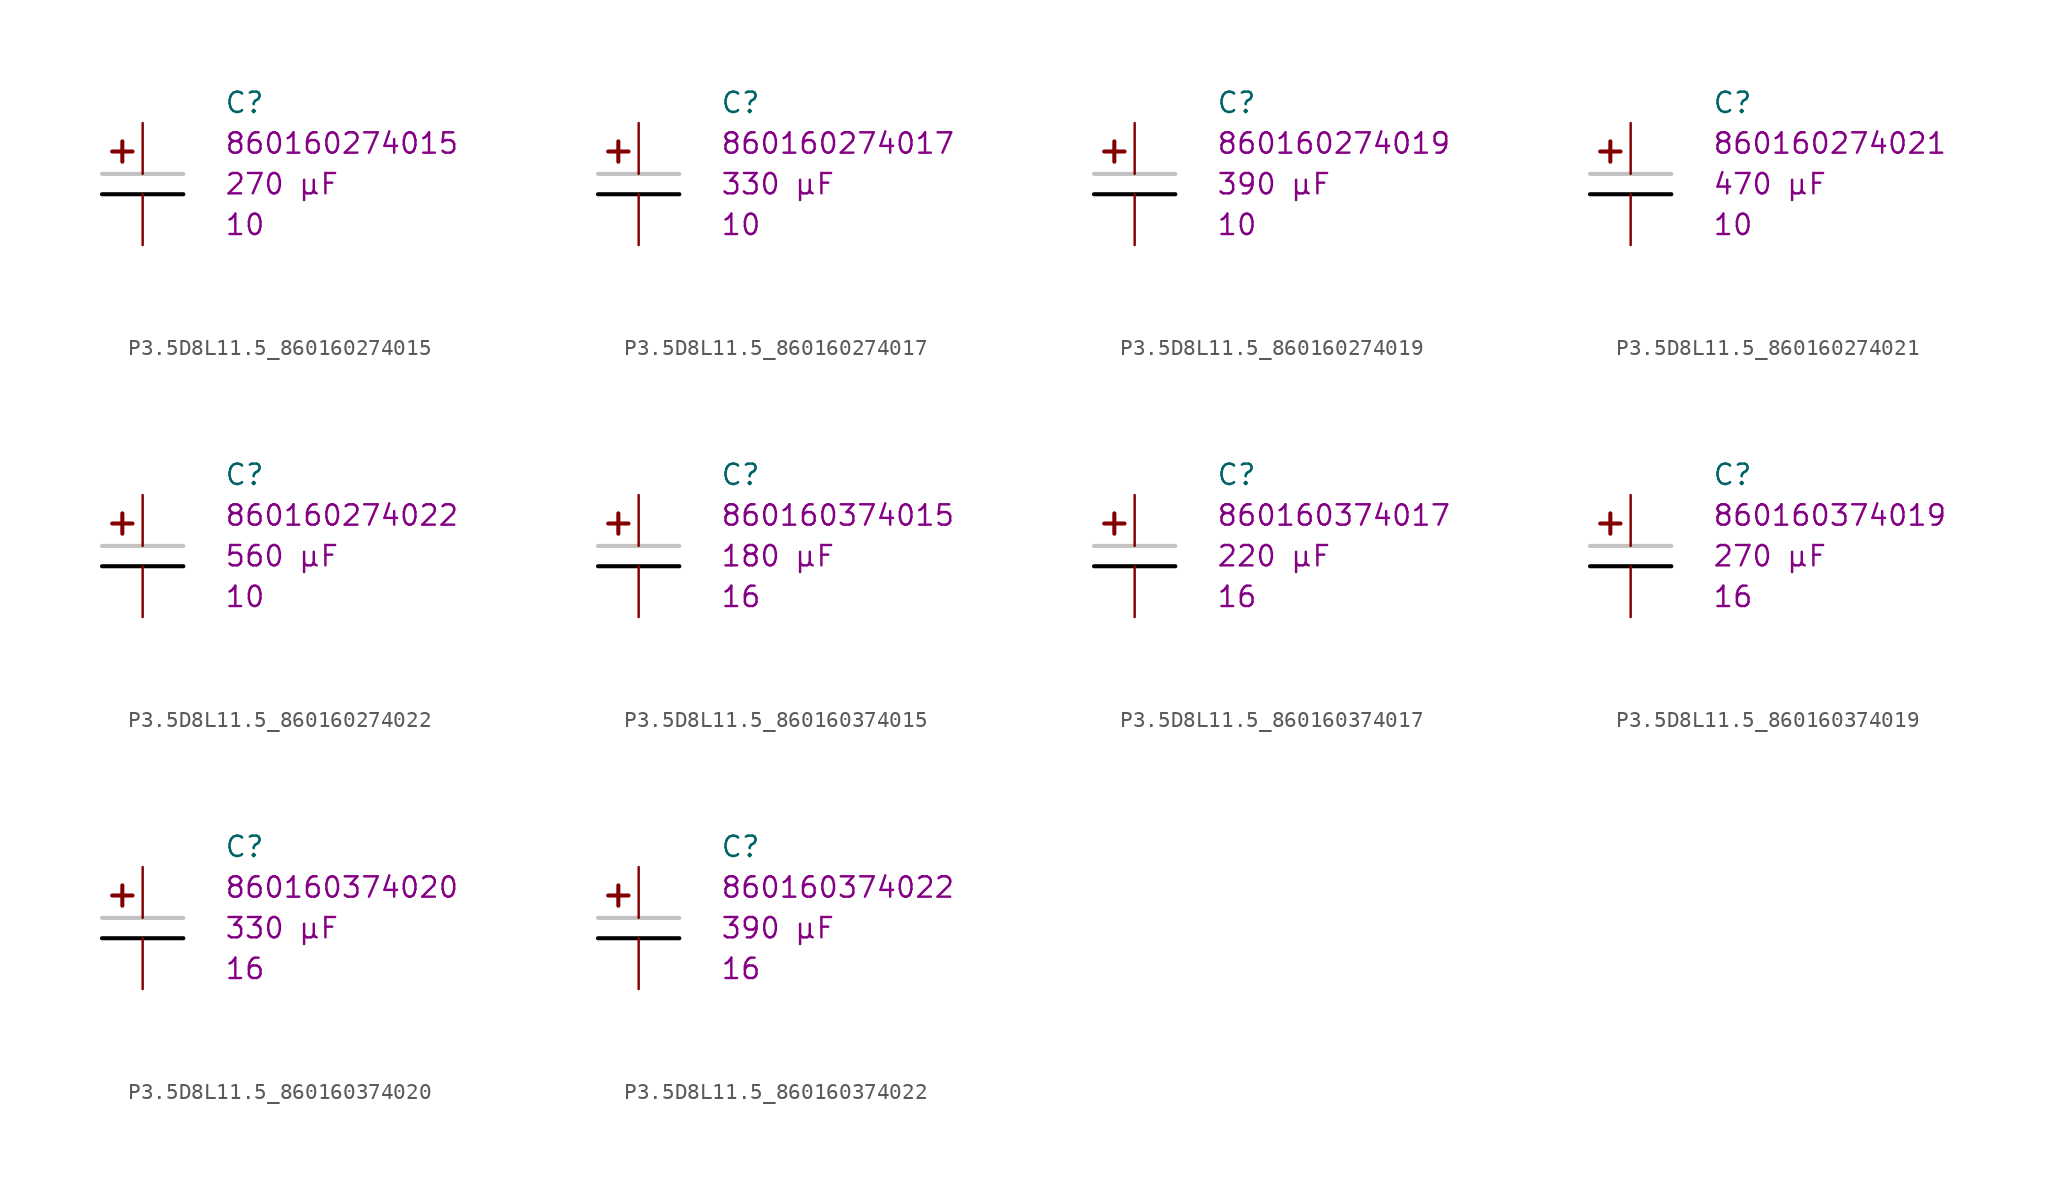
<source format=kicad_sym>
(kicad_symbol_lib
  (version 20220914)
  (generator kicad_symbol_editor)
  (symbol "P3.5D8L11.5_860160274015"
    (pin_numbers hide)
    (pin_names hide)
    (property "Reference" "C"
      (at 5.08 5.08 0)
      (effects (font (size 1.27 1.27)) (justify left)))
    (property "Part Number" "860160274015"
      (at 5.08 2.54 0)
      (effects (font (size 1.27 1.27)) (justify left)))
    (property "Capacitance" "270 µF"
      (at 5.08 0 0)
      (effects (font (size 1.27 1.27)) (justify left)))
    (property "Voltage" "10"
      (at 5.08 -2.54 0)
      (effects (font (size 1.27 1.27)) (justify left)))
    (property "Critical Parameter" ""
      (at 0 -7.62 0)
      (effects (font (size 1.27 1.27))))
    (symbol "P3.5D8L11.5_860160274015_1_1"
      (polyline (pts (xy -1.27 2.667) (xy -1.27 1.397)) (stroke (width 0.254) (type default)) (fill (type none)))
      (polyline (pts (xy -0.635 2.032) (xy -1.905 2.032)) (stroke (width 0.254) (type default)) (fill (type none)))
      (polyline (pts (xy 2.54 -0.635) (xy -2.54 -0.635)) (stroke (width 0.254) (type default) (color 0 0 0 1)) (fill (type none)))
      (polyline (pts (xy 2.54 0.635) (xy -2.54 0.635)) (stroke (width 0.254) (type default) (color 194 194 194 1)) (fill (type none)))
      (pin passive line (at 0 3.81 270) (length 3.175) (name "1" (effects (font (size 1.27 1.27)))) (number "1" (effects (font (size 1.27 1.27)))))
      (pin passive line (at 0 -3.81 90) (length 3.175) (name "2" (effects (font (size 1.27 1.27)))) (number "2" (effects (font (size 1.27 1.27)))))))
  (symbol "P3.5D8L11.5_860160274017"
    (pin_numbers hide)
    (pin_names hide)
    (property "Reference" "C"
      (at 5.08 5.08 0)
      (effects (font (size 1.27 1.27)) (justify left)))
    (property "Part Number" "860160274017"
      (at 5.08 2.54 0)
      (effects (font (size 1.27 1.27)) (justify left)))
    (property "Capacitance" "330 µF"
      (at 5.08 0 0)
      (effects (font (size 1.27 1.27)) (justify left)))
    (property "Voltage" "10"
      (at 5.08 -2.54 0)
      (effects (font (size 1.27 1.27)) (justify left)))
    (property "Critical Parameter" ""
      (at 0 -7.62 0)
      (effects (font (size 1.27 1.27))))
    (symbol "P3.5D8L11.5_860160274017_1_1"
      (polyline (pts (xy -1.27 2.667) (xy -1.27 1.397)) (stroke (width 0.254) (type default)) (fill (type none)))
      (polyline (pts (xy -0.635 2.032) (xy -1.905 2.032)) (stroke (width 0.254) (type default)) (fill (type none)))
      (polyline (pts (xy 2.54 -0.635) (xy -2.54 -0.635)) (stroke (width 0.254) (type default) (color 0 0 0 1)) (fill (type none)))
      (polyline (pts (xy 2.54 0.635) (xy -2.54 0.635)) (stroke (width 0.254) (type default) (color 194 194 194 1)) (fill (type none)))
      (pin passive line (at 0 3.81 270) (length 3.175) (name "1" (effects (font (size 1.27 1.27)))) (number "1" (effects (font (size 1.27 1.27)))))
      (pin passive line (at 0 -3.81 90) (length 3.175) (name "2" (effects (font (size 1.27 1.27)))) (number "2" (effects (font (size 1.27 1.27)))))))
  (symbol "P3.5D8L11.5_860160274019"
    (pin_numbers hide)
    (pin_names hide)
    (property "Reference" "C"
      (at 5.08 5.08 0)
      (effects (font (size 1.27 1.27)) (justify left)))
    (property "Part Number" "860160274019"
      (at 5.08 2.54 0)
      (effects (font (size 1.27 1.27)) (justify left)))
    (property "Capacitance" "390 µF"
      (at 5.08 0 0)
      (effects (font (size 1.27 1.27)) (justify left)))
    (property "Voltage" "10"
      (at 5.08 -2.54 0)
      (effects (font (size 1.27 1.27)) (justify left)))
    (property "Critical Parameter" ""
      (at 0 -7.62 0)
      (effects (font (size 1.27 1.27))))
    (symbol "P3.5D8L11.5_860160274019_1_1"
      (polyline (pts (xy -1.27 2.667) (xy -1.27 1.397)) (stroke (width 0.254) (type default)) (fill (type none)))
      (polyline (pts (xy -0.635 2.032) (xy -1.905 2.032)) (stroke (width 0.254) (type default)) (fill (type none)))
      (polyline (pts (xy 2.54 -0.635) (xy -2.54 -0.635)) (stroke (width 0.254) (type default) (color 0 0 0 1)) (fill (type none)))
      (polyline (pts (xy 2.54 0.635) (xy -2.54 0.635)) (stroke (width 0.254) (type default) (color 194 194 194 1)) (fill (type none)))
      (pin passive line (at 0 3.81 270) (length 3.175) (name "1" (effects (font (size 1.27 1.27)))) (number "1" (effects (font (size 1.27 1.27)))))
      (pin passive line (at 0 -3.81 90) (length 3.175) (name "2" (effects (font (size 1.27 1.27)))) (number "2" (effects (font (size 1.27 1.27)))))))
  (symbol "P3.5D8L11.5_860160274021"
    (pin_numbers hide)
    (pin_names hide)
    (property "Reference" "C"
      (at 5.08 5.08 0)
      (effects (font (size 1.27 1.27)) (justify left)))
    (property "Part Number" "860160274021"
      (at 5.08 2.54 0)
      (effects (font (size 1.27 1.27)) (justify left)))
    (property "Capacitance" "470 µF"
      (at 5.08 0 0)
      (effects (font (size 1.27 1.27)) (justify left)))
    (property "Voltage" "10"
      (at 5.08 -2.54 0)
      (effects (font (size 1.27 1.27)) (justify left)))
    (property "Critical Parameter" ""
      (at 0 -7.62 0)
      (effects (font (size 1.27 1.27))))
    (symbol "P3.5D8L11.5_860160274021_1_1"
      (polyline (pts (xy -1.27 2.667) (xy -1.27 1.397)) (stroke (width 0.254) (type default)) (fill (type none)))
      (polyline (pts (xy -0.635 2.032) (xy -1.905 2.032)) (stroke (width 0.254) (type default)) (fill (type none)))
      (polyline (pts (xy 2.54 -0.635) (xy -2.54 -0.635)) (stroke (width 0.254) (type default) (color 0 0 0 1)) (fill (type none)))
      (polyline (pts (xy 2.54 0.635) (xy -2.54 0.635)) (stroke (width 0.254) (type default) (color 194 194 194 1)) (fill (type none)))
      (pin passive line (at 0 3.81 270) (length 3.175) (name "1" (effects (font (size 1.27 1.27)))) (number "1" (effects (font (size 1.27 1.27)))))
      (pin passive line (at 0 -3.81 90) (length 3.175) (name "2" (effects (font (size 1.27 1.27)))) (number "2" (effects (font (size 1.27 1.27)))))))
  (symbol "P3.5D8L11.5_860160274022"
    (pin_numbers hide)
    (pin_names hide)
    (property "Reference" "C"
      (at 5.08 5.08 0)
      (effects (font (size 1.27 1.27)) (justify left)))
    (property "Part Number" "860160274022"
      (at 5.08 2.54 0)
      (effects (font (size 1.27 1.27)) (justify left)))
    (property "Capacitance" "560 µF"
      (at 5.08 0 0)
      (effects (font (size 1.27 1.27)) (justify left)))
    (property "Voltage" "10"
      (at 5.08 -2.54 0)
      (effects (font (size 1.27 1.27)) (justify left)))
    (property "Critical Parameter" ""
      (at 0 -7.62 0)
      (effects (font (size 1.27 1.27))))
    (symbol "P3.5D8L11.5_860160274022_1_1"
      (polyline (pts (xy -1.27 2.667) (xy -1.27 1.397)) (stroke (width 0.254) (type default)) (fill (type none)))
      (polyline (pts (xy -0.635 2.032) (xy -1.905 2.032)) (stroke (width 0.254) (type default)) (fill (type none)))
      (polyline (pts (xy 2.54 -0.635) (xy -2.54 -0.635)) (stroke (width 0.254) (type default) (color 0 0 0 1)) (fill (type none)))
      (polyline (pts (xy 2.54 0.635) (xy -2.54 0.635)) (stroke (width 0.254) (type default) (color 194 194 194 1)) (fill (type none)))
      (pin passive line (at 0 3.81 270) (length 3.175) (name "1" (effects (font (size 1.27 1.27)))) (number "1" (effects (font (size 1.27 1.27)))))
      (pin passive line (at 0 -3.81 90) (length 3.175) (name "2" (effects (font (size 1.27 1.27)))) (number "2" (effects (font (size 1.27 1.27)))))))
  (symbol "P3.5D8L11.5_860160374015"
    (pin_numbers hide)
    (pin_names hide)
    (property "Reference" "C"
      (at 5.08 5.08 0)
      (effects (font (size 1.27 1.27)) (justify left)))
    (property "Part Number" "860160374015"
      (at 5.08 2.54 0)
      (effects (font (size 1.27 1.27)) (justify left)))
    (property "Capacitance" "180 µF"
      (at 5.08 0 0)
      (effects (font (size 1.27 1.27)) (justify left)))
    (property "Voltage" "16"
      (at 5.08 -2.54 0)
      (effects (font (size 1.27 1.27)) (justify left)))
    (property "Critical Parameter" ""
      (at 0 -7.62 0)
      (effects (font (size 1.27 1.27))))
    (symbol "P3.5D8L11.5_860160374015_1_1"
      (polyline (pts (xy -1.27 2.667) (xy -1.27 1.397)) (stroke (width 0.254) (type default)) (fill (type none)))
      (polyline (pts (xy -0.635 2.032) (xy -1.905 2.032)) (stroke (width 0.254) (type default)) (fill (type none)))
      (polyline (pts (xy 2.54 -0.635) (xy -2.54 -0.635)) (stroke (width 0.254) (type default) (color 0 0 0 1)) (fill (type none)))
      (polyline (pts (xy 2.54 0.635) (xy -2.54 0.635)) (stroke (width 0.254) (type default) (color 194 194 194 1)) (fill (type none)))
      (pin passive line (at 0 3.81 270) (length 3.175) (name "1" (effects (font (size 1.27 1.27)))) (number "1" (effects (font (size 1.27 1.27)))))
      (pin passive line (at 0 -3.81 90) (length 3.175) (name "2" (effects (font (size 1.27 1.27)))) (number "2" (effects (font (size 1.27 1.27)))))))
  (symbol "P3.5D8L11.5_860160374017"
    (pin_numbers hide)
    (pin_names hide)
    (property "Reference" "C"
      (at 5.08 5.08 0)
      (effects (font (size 1.27 1.27)) (justify left)))
    (property "Part Number" "860160374017"
      (at 5.08 2.54 0)
      (effects (font (size 1.27 1.27)) (justify left)))
    (property "Capacitance" "220 µF"
      (at 5.08 0 0)
      (effects (font (size 1.27 1.27)) (justify left)))
    (property "Voltage" "16"
      (at 5.08 -2.54 0)
      (effects (font (size 1.27 1.27)) (justify left)))
    (property "Critical Parameter" ""
      (at 0 -7.62 0)
      (effects (font (size 1.27 1.27))))
    (symbol "P3.5D8L11.5_860160374017_1_1"
      (polyline (pts (xy -1.27 2.667) (xy -1.27 1.397)) (stroke (width 0.254) (type default)) (fill (type none)))
      (polyline (pts (xy -0.635 2.032) (xy -1.905 2.032)) (stroke (width 0.254) (type default)) (fill (type none)))
      (polyline (pts (xy 2.54 -0.635) (xy -2.54 -0.635)) (stroke (width 0.254) (type default) (color 0 0 0 1)) (fill (type none)))
      (polyline (pts (xy 2.54 0.635) (xy -2.54 0.635)) (stroke (width 0.254) (type default) (color 194 194 194 1)) (fill (type none)))
      (pin passive line (at 0 3.81 270) (length 3.175) (name "1" (effects (font (size 1.27 1.27)))) (number "1" (effects (font (size 1.27 1.27)))))
      (pin passive line (at 0 -3.81 90) (length 3.175) (name "2" (effects (font (size 1.27 1.27)))) (number "2" (effects (font (size 1.27 1.27)))))))
  (symbol "P3.5D8L11.5_860160374019"
    (pin_numbers hide)
    (pin_names hide)
    (property "Reference" "C"
      (at 5.08 5.08 0)
      (effects (font (size 1.27 1.27)) (justify left)))
    (property "Part Number" "860160374019"
      (at 5.08 2.54 0)
      (effects (font (size 1.27 1.27)) (justify left)))
    (property "Capacitance" "270 µF"
      (at 5.08 0 0)
      (effects (font (size 1.27 1.27)) (justify left)))
    (property "Voltage" "16"
      (at 5.08 -2.54 0)
      (effects (font (size 1.27 1.27)) (justify left)))
    (property "Critical Parameter" ""
      (at 0 -7.62 0)
      (effects (font (size 1.27 1.27))))
    (symbol "P3.5D8L11.5_860160374019_1_1"
      (polyline (pts (xy -1.27 2.667) (xy -1.27 1.397)) (stroke (width 0.254) (type default)) (fill (type none)))
      (polyline (pts (xy -0.635 2.032) (xy -1.905 2.032)) (stroke (width 0.254) (type default)) (fill (type none)))
      (polyline (pts (xy 2.54 -0.635) (xy -2.54 -0.635)) (stroke (width 0.254) (type default) (color 0 0 0 1)) (fill (type none)))
      (polyline (pts (xy 2.54 0.635) (xy -2.54 0.635)) (stroke (width 0.254) (type default) (color 194 194 194 1)) (fill (type none)))
      (pin passive line (at 0 3.81 270) (length 3.175) (name "1" (effects (font (size 1.27 1.27)))) (number "1" (effects (font (size 1.27 1.27)))))
      (pin passive line (at 0 -3.81 90) (length 3.175) (name "2" (effects (font (size 1.27 1.27)))) (number "2" (effects (font (size 1.27 1.27)))))))
  (symbol "P3.5D8L11.5_860160374020"
    (pin_numbers hide)
    (pin_names hide)
    (property "Reference" "C"
      (at 5.08 5.08 0)
      (effects (font (size 1.27 1.27)) (justify left)))
    (property "Part Number" "860160374020"
      (at 5.08 2.54 0)
      (effects (font (size 1.27 1.27)) (justify left)))
    (property "Capacitance" "330 µF"
      (at 5.08 0 0)
      (effects (font (size 1.27 1.27)) (justify left)))
    (property "Voltage" "16"
      (at 5.08 -2.54 0)
      (effects (font (size 1.27 1.27)) (justify left)))
    (property "Critical Parameter" ""
      (at 0 -7.62 0)
      (effects (font (size 1.27 1.27))))
    (symbol "P3.5D8L11.5_860160374020_1_1"
      (polyline (pts (xy -1.27 2.667) (xy -1.27 1.397)) (stroke (width 0.254) (type default)) (fill (type none)))
      (polyline (pts (xy -0.635 2.032) (xy -1.905 2.032)) (stroke (width 0.254) (type default)) (fill (type none)))
      (polyline (pts (xy 2.54 -0.635) (xy -2.54 -0.635)) (stroke (width 0.254) (type default) (color 0 0 0 1)) (fill (type none)))
      (polyline (pts (xy 2.54 0.635) (xy -2.54 0.635)) (stroke (width 0.254) (type default) (color 194 194 194 1)) (fill (type none)))
      (pin passive line (at 0 3.81 270) (length 3.175) (name "1" (effects (font (size 1.27 1.27)))) (number "1" (effects (font (size 1.27 1.27)))))
      (pin passive line (at 0 -3.81 90) (length 3.175) (name "2" (effects (font (size 1.27 1.27)))) (number "2" (effects (font (size 1.27 1.27)))))))
  (symbol "P3.5D8L11.5_860160374022"
    (pin_numbers hide)
    (pin_names hide)
    (property "Reference" "C"
      (at 5.08 5.08 0)
      (effects (font (size 1.27 1.27)) (justify left)))
    (property "Part Number" "860160374022"
      (at 5.08 2.54 0)
      (effects (font (size 1.27 1.27)) (justify left)))
    (property "Capacitance" "390 µF"
      (at 5.08 0 0)
      (effects (font (size 1.27 1.27)) (justify left)))
    (property "Voltage" "16"
      (at 5.08 -2.54 0)
      (effects (font (size 1.27 1.27)) (justify left)))
    (property "Critical Parameter" ""
      (at 0 -7.62 0)
      (effects (font (size 1.27 1.27))))
    (symbol "P3.5D8L11.5_860160374022_1_1"
      (polyline (pts (xy -1.27 2.667) (xy -1.27 1.397)) (stroke (width 0.254) (type default)) (fill (type none)))
      (polyline (pts (xy -0.635 2.032) (xy -1.905 2.032)) (stroke (width 0.254) (type default)) (fill (type none)))
      (polyline (pts (xy 2.54 -0.635) (xy -2.54 -0.635)) (stroke (width 0.254) (type default) (color 0 0 0 1)) (fill (type none)))
      (polyline (pts (xy 2.54 0.635) (xy -2.54 0.635)) (stroke (width 0.254) (type default) (color 194 194 194 1)) (fill (type none)))
      (pin passive line (at 0 3.81 270) (length 3.175) (name "1" (effects (font (size 1.27 1.27)))) (number "1" (effects (font (size 1.27 1.27)))))
      (pin passive line (at 0 -3.81 90) (length 3.175) (name "2" (effects (font (size 1.27 1.27)))) (number "2" (effects (font (size 1.27 1.27))))))))
</source>
